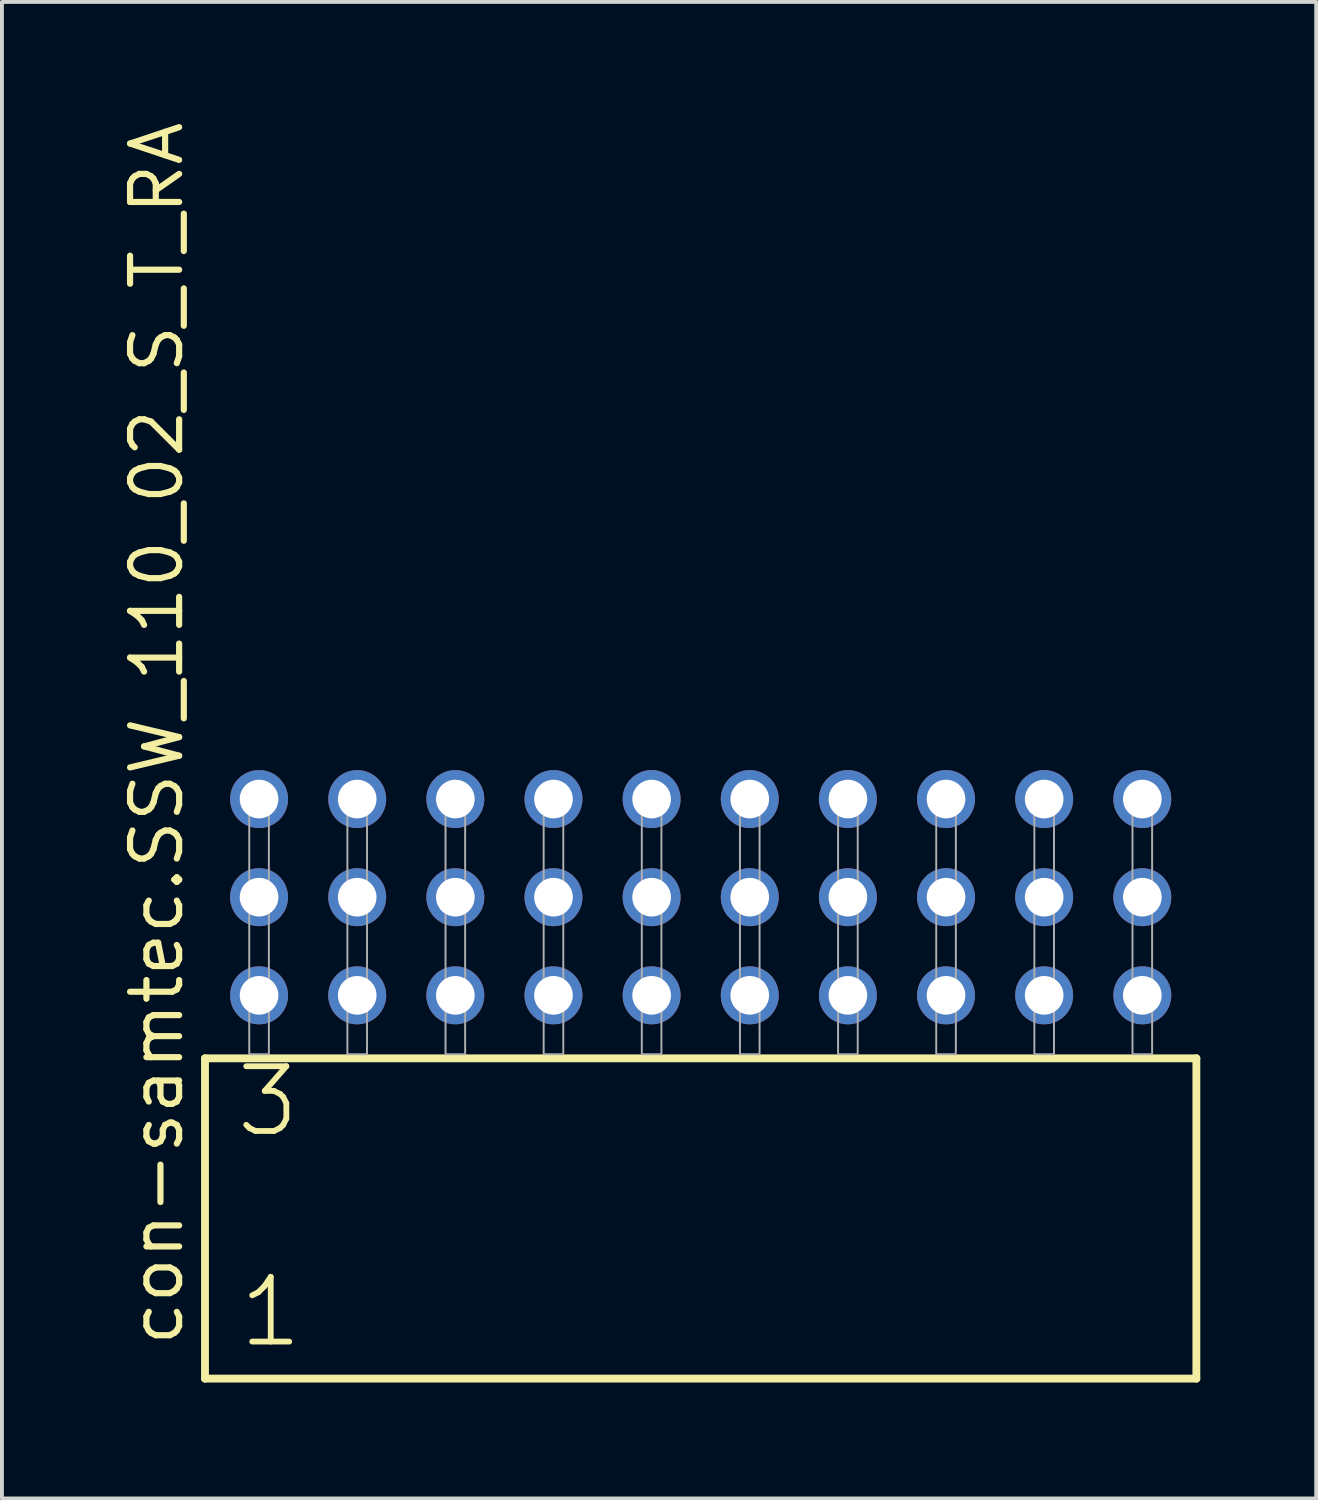
<source format=kicad_pcb>
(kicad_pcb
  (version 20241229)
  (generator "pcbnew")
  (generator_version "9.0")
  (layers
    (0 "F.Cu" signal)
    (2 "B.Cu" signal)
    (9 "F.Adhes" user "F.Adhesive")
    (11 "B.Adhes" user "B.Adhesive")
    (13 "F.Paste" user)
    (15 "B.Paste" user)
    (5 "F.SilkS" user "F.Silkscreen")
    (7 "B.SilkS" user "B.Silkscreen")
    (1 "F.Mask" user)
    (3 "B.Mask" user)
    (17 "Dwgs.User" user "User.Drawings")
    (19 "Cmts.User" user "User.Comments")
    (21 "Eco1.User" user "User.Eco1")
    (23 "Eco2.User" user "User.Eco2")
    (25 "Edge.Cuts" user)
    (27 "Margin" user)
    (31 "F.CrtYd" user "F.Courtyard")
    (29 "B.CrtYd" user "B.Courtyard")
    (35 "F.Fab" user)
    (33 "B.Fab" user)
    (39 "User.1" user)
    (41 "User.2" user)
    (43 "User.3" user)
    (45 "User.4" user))
  (footprint "con-samtec.SSW_110_02_S_T_RA"
    (layer "F.Cu")
    (at 15.085 24.235)
    (property "Reference" "con-samtec.SSW_110_02_S_T_RA" (at -13.335 7.62 90) (layer "F.SilkS") (effects (font (size 1.27 1.27) (thickness 0.16)) (justify left bottom)))
    (attr through_hole)
    (fp_line (start -12.829 0.106) (end -12.829 8.396) (stroke (width 0.203) (type default)) (layer "F.SilkS"))
    (fp_line (start -12.829 8.396) (end 12.829 8.396) (stroke (width 0.203) (type default)) (layer "F.SilkS"))
    (fp_line (start 12.829 0.106) (end -12.829 0.106) (stroke (width 0.203) (type default)) (layer "F.SilkS"))
    (fp_line (start 12.829 8.396) (end 12.829 0.106) (stroke (width 0.203) (type default)) (layer "F.SilkS"))
    (fp_rect (start -11.684 0) (end -11.176 -6.858) (stroke (width 0.05) (type default)) (fill no) (layer "F.Fab"))
    (fp_rect (start -9.144 0) (end -8.636 -6.858) (stroke (width 0.05) (type default)) (fill no) (layer "F.Fab"))
    (fp_rect (start -6.604 0) (end -6.096 -6.858) (stroke (width 0.05) (type default)) (fill no) (layer "F.Fab"))
    (fp_rect (start -4.064 0) (end -3.556 -6.858) (stroke (width 0.05) (type default)) (fill no) (layer "F.Fab"))
    (fp_rect (start -1.524 0) (end -1.016 -6.858) (stroke (width 0.05) (type default)) (fill no) (layer "F.Fab"))
    (fp_rect (start 1.016 0) (end 1.524 -6.858) (stroke (width 0.05) (type default)) (fill no) (layer "F.Fab"))
    (fp_rect (start 3.556 0) (end 4.064 -6.858) (stroke (width 0.05) (type default)) (fill no) (layer "F.Fab"))
    (fp_rect (start 6.096 0) (end 6.604 -6.858) (stroke (width 0.05) (type default)) (fill no) (layer "F.Fab"))
    (fp_rect (start 8.636 0) (end 9.144 -6.858) (stroke (width 0.05) (type default)) (fill no) (layer "F.Fab"))
    (fp_rect (start 11.176 0) (end 11.684 -6.858) (stroke (width 0.05) (type default)) (fill no) (layer "F.Fab"))
    (fp_text user "3" (at -12.1 2.2 0) (layer "F.SilkS") (effects (font (size 1.676 1.676) (thickness 0.15)) (justify left bottom)))
    (fp_text user "1" (at -12.025 7.65 0) (layer "F.SilkS") (effects (font (size 1.676 1.676) (thickness 0.15)) (justify left bottom)))
    (pad "1" thru_hole circle (at -11.43 -1.524) (size 1.5 1.5) (drill 1) (layers "*.Cu" "*.Mask"))
    (pad "2" thru_hole circle (at -11.43 -4.064) (size 1.5 1.5) (drill 1) (layers "*.Cu" "*.Mask"))
    (pad "3" thru_hole circle (at -11.43 -6.604) (size 1.5 1.5) (drill 1) (layers "*.Cu" "*.Mask"))
    (pad "4" thru_hole circle (at -8.89 -1.524) (size 1.5 1.5) (drill 1) (layers "*.Cu" "*.Mask"))
    (pad "5" thru_hole circle (at -8.89 -4.064) (size 1.5 1.5) (drill 1) (layers "*.Cu" "*.Mask"))
    (pad "6" thru_hole circle (at -8.89 -6.604) (size 1.5 1.5) (drill 1) (layers "*.Cu" "*.Mask"))
    (pad "7" thru_hole circle (at -6.35 -1.524) (size 1.5 1.5) (drill 1) (layers "*.Cu" "*.Mask"))
    (pad "8" thru_hole circle (at -6.35 -4.064) (size 1.5 1.5) (drill 1) (layers "*.Cu" "*.Mask"))
    (pad "9" thru_hole circle (at -6.35 -6.604) (size 1.5 1.5) (drill 1) (layers "*.Cu" "*.Mask"))
    (pad "10" thru_hole circle (at -3.81 -1.524) (size 1.5 1.5) (drill 1) (layers "*.Cu" "*.Mask"))
    (pad "11" thru_hole circle (at -3.81 -4.064) (size 1.5 1.5) (drill 1) (layers "*.Cu" "*.Mask"))
    (pad "12" thru_hole circle (at -3.81 -6.604) (size 1.5 1.5) (drill 1) (layers "*.Cu" "*.Mask"))
    (pad "13" thru_hole circle (at -1.27 -1.524) (size 1.5 1.5) (drill 1) (layers "*.Cu" "*.Mask"))
    (pad "14" thru_hole circle (at -1.27 -4.064) (size 1.5 1.5) (drill 1) (layers "*.Cu" "*.Mask"))
    (pad "15" thru_hole circle (at -1.27 -6.604) (size 1.5 1.5) (drill 1) (layers "*.Cu" "*.Mask"))
    (pad "16" thru_hole circle (at 1.27 -1.524) (size 1.5 1.5) (drill 1) (layers "*.Cu" "*.Mask"))
    (pad "17" thru_hole circle (at 1.27 -4.064) (size 1.5 1.5) (drill 1) (layers "*.Cu" "*.Mask"))
    (pad "18" thru_hole circle (at 1.27 -6.604) (size 1.5 1.5) (drill 1) (layers "*.Cu" "*.Mask"))
    (pad "19" thru_hole circle (at 3.81 -1.524) (size 1.5 1.5) (drill 1) (layers "*.Cu" "*.Mask"))
    (pad "20" thru_hole circle (at 3.81 -4.064) (size 1.5 1.5) (drill 1) (layers "*.Cu" "*.Mask"))
    (pad "21" thru_hole circle (at 3.81 -6.604) (size 1.5 1.5) (drill 1) (layers "*.Cu" "*.Mask"))
    (pad "22" thru_hole circle (at 6.35 -1.524) (size 1.5 1.5) (drill 1) (layers "*.Cu" "*.Mask"))
    (pad "23" thru_hole circle (at 6.35 -4.064) (size 1.5 1.5) (drill 1) (layers "*.Cu" "*.Mask"))
    (pad "24" thru_hole circle (at 6.35 -6.604) (size 1.5 1.5) (drill 1) (layers "*.Cu" "*.Mask"))
    (pad "25" thru_hole circle (at 8.89 -1.524) (size 1.5 1.5) (drill 1) (layers "*.Cu" "*.Mask"))
    (pad "26" thru_hole circle (at 8.89 -4.064) (size 1.5 1.5) (drill 1) (layers "*.Cu" "*.Mask"))
    (pad "27" thru_hole circle (at 8.89 -6.604) (size 1.5 1.5) (drill 1) (layers "*.Cu" "*.Mask"))
    (pad "28" thru_hole circle (at 11.43 -1.524) (size 1.5 1.5) (drill 1) (layers "*.Cu" "*.Mask"))
    (pad "29" thru_hole circle (at 11.43 -4.064) (size 1.5 1.5) (drill 1) (layers "*.Cu" "*.Mask"))
    (pad "30" thru_hole circle (at 11.43 -6.604) (size 1.5 1.5) (drill 1) (layers "*.Cu" "*.Mask")))
  (gr_rect
    (start -3 -3)
    (end 31.016 35.733)
    (stroke (width 0.1) (type default))
    (fill no)
    (layer "Edge.Cuts")))
</source>
